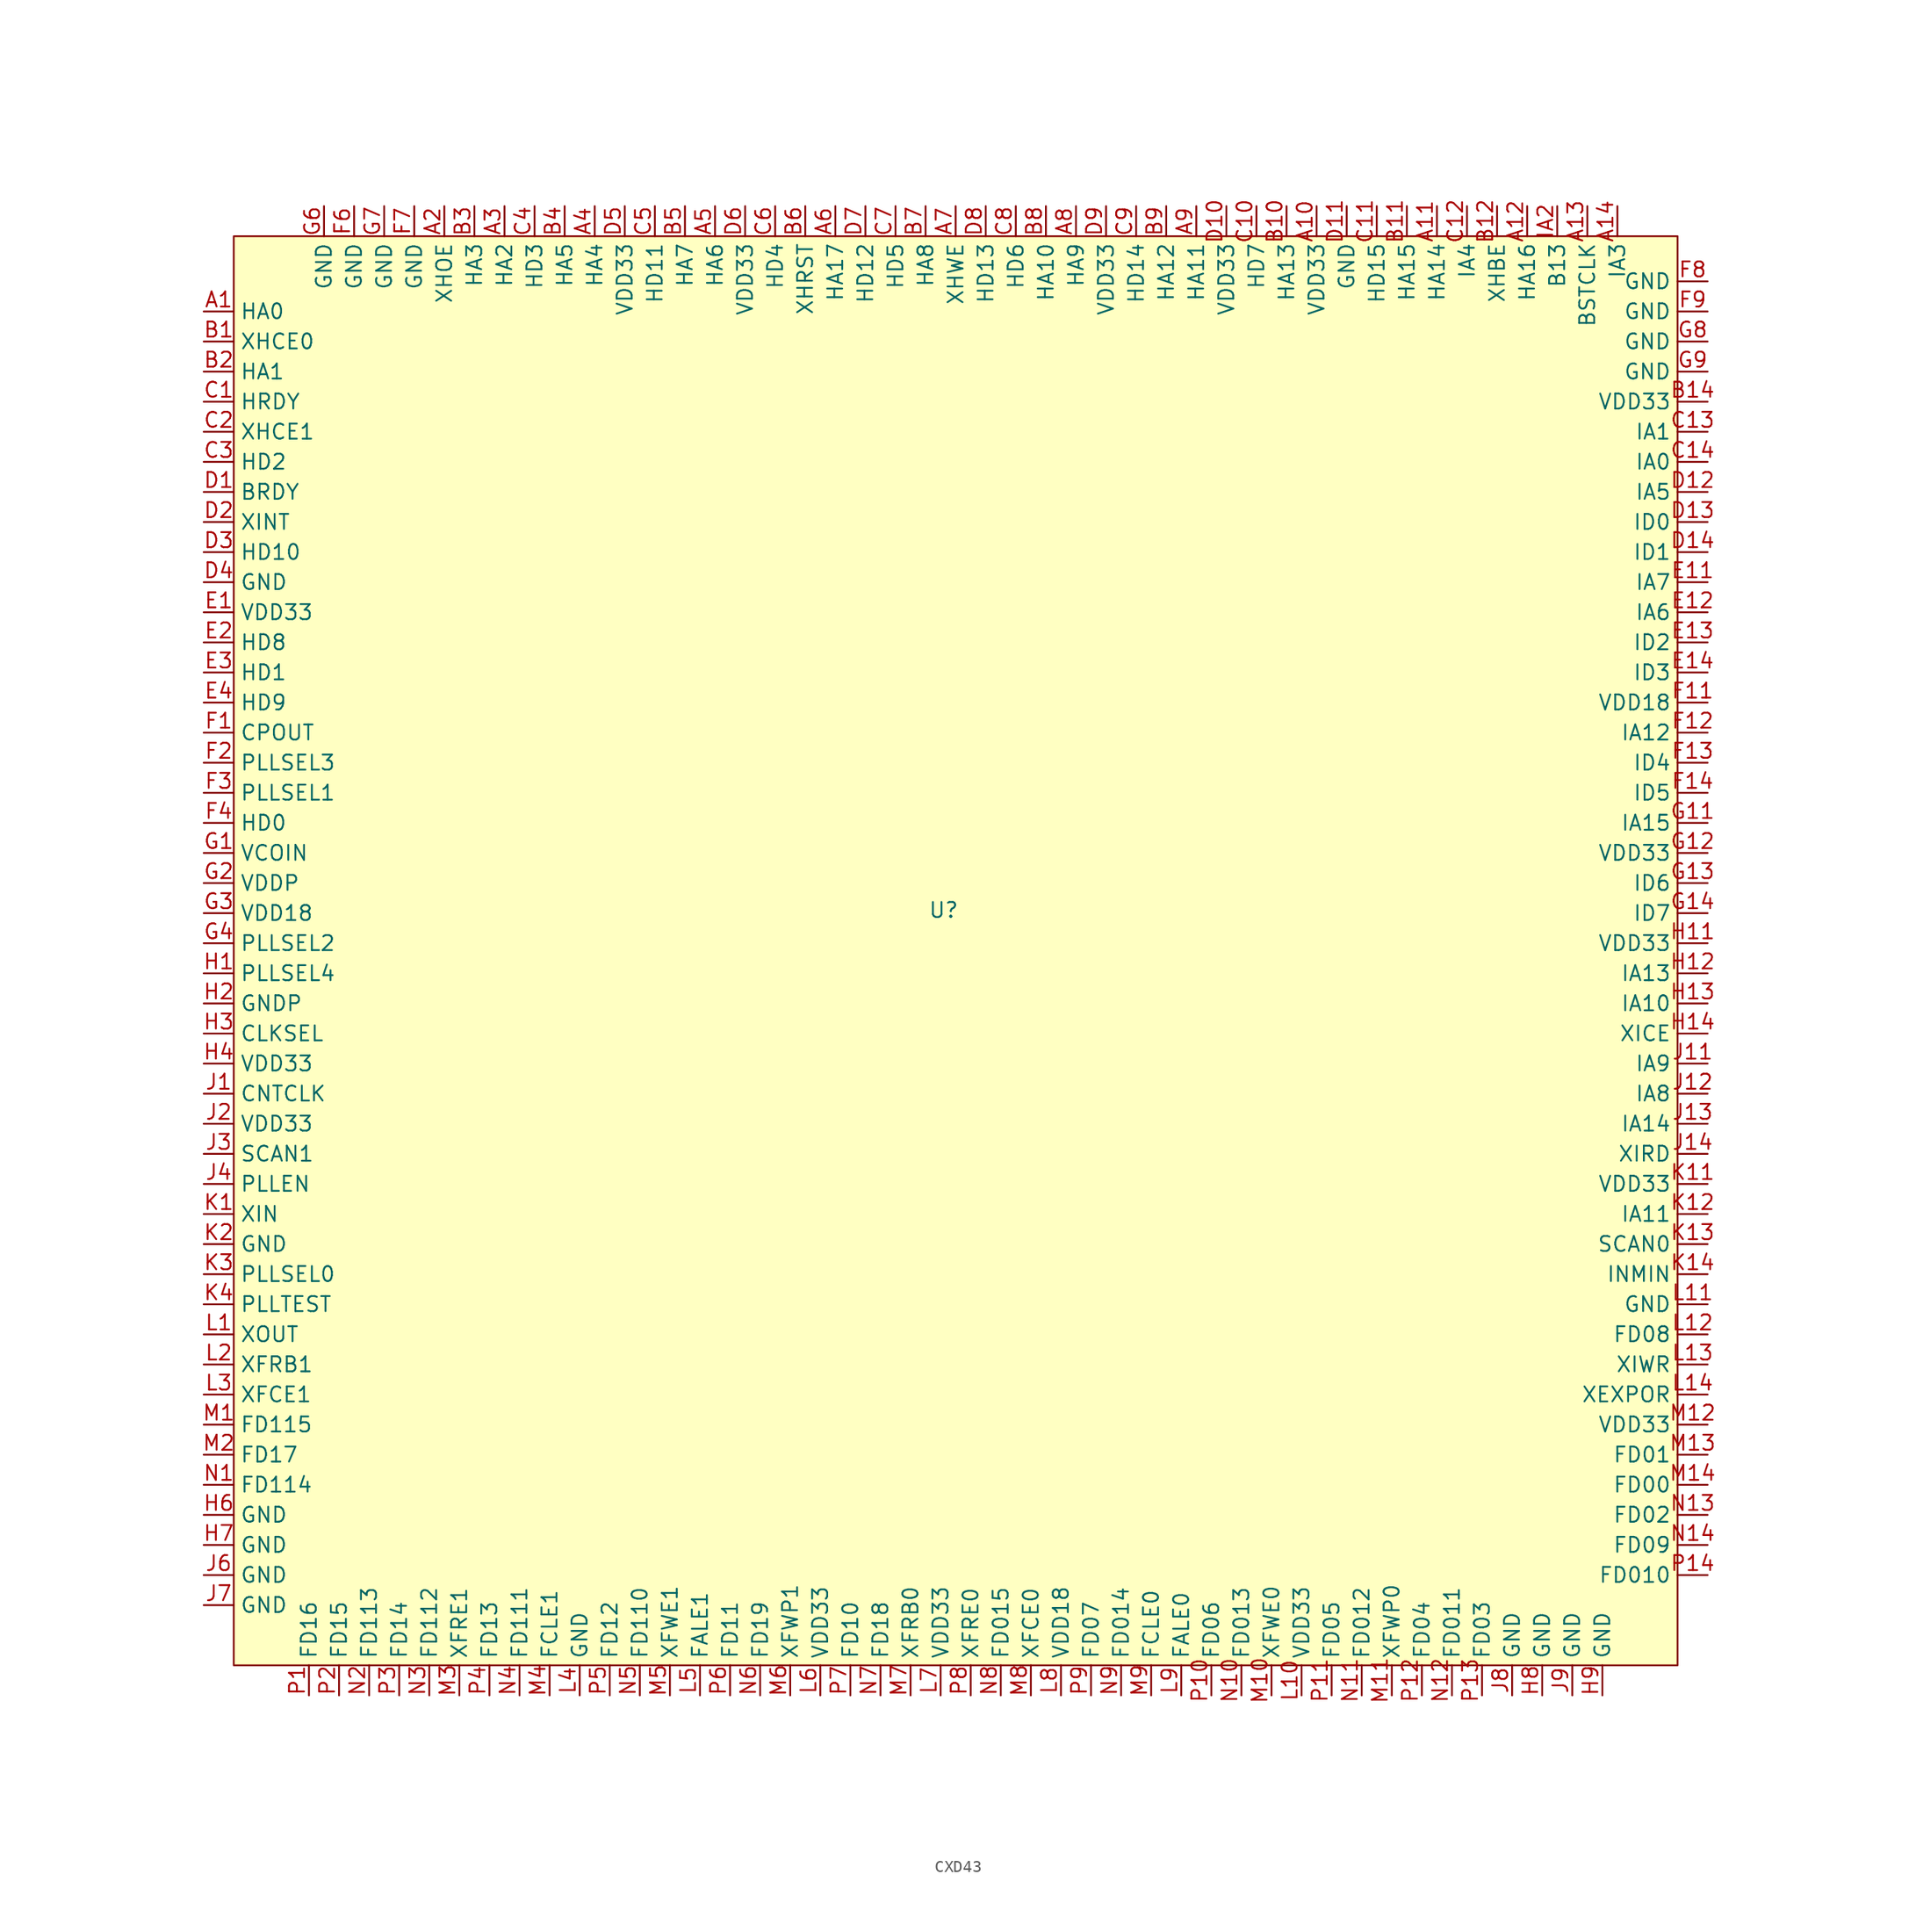
<source format=kicad_sym>
(kicad_symbol_lib
  (version 20231120)
  (generator "kicad_symbol_editor")
  (generator_version "8.0")
  (symbol "CXD43"
    (property "Reference" "U"
      (at -1.016 4.064 0)
      (effects (font (size 1.27 1.27))))
    (property "Value" ""
      (at -22.86 -62.23 90)
      (effects (font (size 1.27 1.27))))
    (symbol "CXD43_0_0"
      (pin unspecified line (at -63.5 54.61 0) (length 2.54) (name "HA0" (effects (font (size 1.27 1.27)))) (number "A1" (effects (font (size 1.27 1.27)))))
      (pin unspecified line (at 53.34 63.5 270) (length 2.54) (name "BSTCLK" (effects (font (size 1.27 1.27)))) (number "A13" (effects (font (size 1.27 1.27)))))
      (pin unspecified line (at 55.88 63.5 270) (length 2.54) (name "IA3" (effects (font (size 1.27 1.27)))) (number "A14" (effects (font (size 1.27 1.27)))))
      (pin unspecified line (at -63.5 52.07 0) (length 2.54) (name "XHCE0" (effects (font (size 1.27 1.27)))) (number "B1" (effects (font (size 1.27 1.27)))))
      (pin unspecified line (at 63.5 46.99 180) (length 2.54) (name "VDD33" (effects (font (size 1.27 1.27)))) (number "B14" (effects (font (size 1.27 1.27)))))
      (pin unspecified line (at -63.5 49.53 0) (length 2.54) (name "HA1" (effects (font (size 1.27 1.27)))) (number "B2" (effects (font (size 1.27 1.27)))))
      (pin unspecified line (at -63.5 46.99 0) (length 2.54) (name "HRDY" (effects (font (size 1.27 1.27)))) (number "C1" (effects (font (size 1.27 1.27)))))
      (pin unspecified line (at 63.5 44.45 180) (length 2.54) (name "IA1" (effects (font (size 1.27 1.27)))) (number "C13" (effects (font (size 1.27 1.27)))))
      (pin unspecified line (at 63.5 41.91 180) (length 2.54) (name "IA0" (effects (font (size 1.27 1.27)))) (number "C14" (effects (font (size 1.27 1.27)))))
      (pin unspecified line (at -63.5 44.45 0) (length 2.54) (name "XHCE1" (effects (font (size 1.27 1.27)))) (number "C2" (effects (font (size 1.27 1.27)))))
      (pin unspecified line (at -63.5 41.91 0) (length 2.54) (name "HD2" (effects (font (size 1.27 1.27)))) (number "C3" (effects (font (size 1.27 1.27)))))
      (pin unspecified line (at -63.5 39.37 0) (length 2.54) (name "BRDY" (effects (font (size 1.27 1.27)))) (number "D1" (effects (font (size 1.27 1.27)))))
      (pin unspecified line (at 63.5 39.37 180) (length 2.54) (name "IA5" (effects (font (size 1.27 1.27)))) (number "D12" (effects (font (size 1.27 1.27)))))
      (pin unspecified line (at 63.5 36.83 180) (length 2.54) (name "ID0" (effects (font (size 1.27 1.27)))) (number "D13" (effects (font (size 1.27 1.27)))))
      (pin unspecified line (at 63.5 34.29 180) (length 2.54) (name "ID1" (effects (font (size 1.27 1.27)))) (number "D14" (effects (font (size 1.27 1.27)))))
      (pin unspecified line (at -63.5 36.83 0) (length 2.54) (name "XINT" (effects (font (size 1.27 1.27)))) (number "D2" (effects (font (size 1.27 1.27)))))
      (pin unspecified line (at -63.5 34.29 0) (length 2.54) (name "HD10" (effects (font (size 1.27 1.27)))) (number "D3" (effects (font (size 1.27 1.27)))))
      (pin unspecified line (at -63.5 31.75 0) (length 2.54) (name "GND" (effects (font (size 1.27 1.27)))) (number "D4" (effects (font (size 1.27 1.27)))))
      (pin unspecified line (at -63.5 29.21 0) (length 2.54) (name "VDD33" (effects (font (size 1.27 1.27)))) (number "E1" (effects (font (size 1.27 1.27)))))
      (pin unspecified line (at 63.5 31.75 180) (length 2.54) (name "IA7" (effects (font (size 1.27 1.27)))) (number "E11" (effects (font (size 1.27 1.27)))))
      (pin unspecified line (at 63.5 29.21 180) (length 2.54) (name "IA6" (effects (font (size 1.27 1.27)))) (number "E12" (effects (font (size 1.27 1.27)))))
      (pin unspecified line (at 63.5 26.67 180) (length 2.54) (name "ID2" (effects (font (size 1.27 1.27)))) (number "E13" (effects (font (size 1.27 1.27)))))
      (pin unspecified line (at 63.5 24.13 180) (length 2.54) (name "ID3" (effects (font (size 1.27 1.27)))) (number "E14" (effects (font (size 1.27 1.27)))))
      (pin unspecified line (at -63.5 26.67 0) (length 2.54) (name "HD8" (effects (font (size 1.27 1.27)))) (number "E2" (effects (font (size 1.27 1.27)))))
      (pin unspecified line (at -63.5 24.13 0) (length 2.54) (name "HD1" (effects (font (size 1.27 1.27)))) (number "E3" (effects (font (size 1.27 1.27)))))
      (pin unspecified line (at -63.5 21.59 0) (length 2.54) (name "HD9" (effects (font (size 1.27 1.27)))) (number "E4" (effects (font (size 1.27 1.27)))))
      (pin unspecified line (at -63.5 19.05 0) (length 2.54) (name "CPOUT" (effects (font (size 1.27 1.27)))) (number "F1" (effects (font (size 1.27 1.27)))))
      (pin unspecified line (at 63.5 21.59 180) (length 2.54) (name "VDD18" (effects (font (size 1.27 1.27)))) (number "F11" (effects (font (size 1.27 1.27)))))
      (pin unspecified line (at 63.5 19.05 180) (length 2.54) (name "IA12" (effects (font (size 1.27 1.27)))) (number "F12" (effects (font (size 1.27 1.27)))))
      (pin unspecified line (at 63.5 16.51 180) (length 2.54) (name "ID4" (effects (font (size 1.27 1.27)))) (number "F13" (effects (font (size 1.27 1.27)))))
      (pin unspecified line (at 63.5 13.97 180) (length 2.54) (name "ID5" (effects (font (size 1.27 1.27)))) (number "F14" (effects (font (size 1.27 1.27)))))
      (pin unspecified line (at -63.5 16.51 0) (length 2.54) (name "PLLSEL3" (effects (font (size 1.27 1.27)))) (number "F2" (effects (font (size 1.27 1.27)))))
      (pin unspecified line (at -63.5 13.97 0) (length 2.54) (name "PLLSEL1" (effects (font (size 1.27 1.27)))) (number "F3" (effects (font (size 1.27 1.27)))))
      (pin unspecified line (at -63.5 11.43 0) (length 2.54) (name "HD0" (effects (font (size 1.27 1.27)))) (number "F4" (effects (font (size 1.27 1.27)))))
      (pin unspecified line (at 63.5 57.15 180) (length 2.54) (name "GND" (effects (font (size 1.27 1.27)))) (number "F8" (effects (font (size 1.27 1.27)))))
      (pin unspecified line (at 63.5 54.61 180) (length 2.54) (name "GND" (effects (font (size 1.27 1.27)))) (number "F9" (effects (font (size 1.27 1.27)))))
      (pin unspecified line (at -63.5 8.89 0) (length 2.54) (name "VCOIN" (effects (font (size 1.27 1.27)))) (number "G1" (effects (font (size 1.27 1.27)))))
      (pin unspecified line (at 63.5 11.43 180) (length 2.54) (name "IA15" (effects (font (size 1.27 1.27)))) (number "G11" (effects (font (size 1.27 1.27)))))
      (pin unspecified line (at 63.5 8.89 180) (length 2.54) (name "VDD33" (effects (font (size 1.27 1.27)))) (number "G12" (effects (font (size 1.27 1.27)))))
      (pin unspecified line (at 63.5 6.35 180) (length 2.54) (name "ID6" (effects (font (size 1.27 1.27)))) (number "G13" (effects (font (size 1.27 1.27)))))
      (pin unspecified line (at 63.5 3.81 180) (length 2.54) (name "ID7" (effects (font (size 1.27 1.27)))) (number "G14" (effects (font (size 1.27 1.27)))))
      (pin unspecified line (at -63.5 6.35 0) (length 2.54) (name "VDDP" (effects (font (size 1.27 1.27)))) (number "G2" (effects (font (size 1.27 1.27)))))
      (pin unspecified line (at -63.5 3.81 0) (length 2.54) (name "VDD18" (effects (font (size 1.27 1.27)))) (number "G3" (effects (font (size 1.27 1.27)))))
      (pin unspecified line (at -63.5 1.27 0) (length 2.54) (name "PLLSEL2" (effects (font (size 1.27 1.27)))) (number "G4" (effects (font (size 1.27 1.27)))))
      (pin unspecified line (at 63.5 52.07 180) (length 2.54) (name "GND" (effects (font (size 1.27 1.27)))) (number "G8" (effects (font (size 1.27 1.27)))))
      (pin unspecified line (at 63.5 49.53 180) (length 2.54) (name "GND" (effects (font (size 1.27 1.27)))) (number "G9" (effects (font (size 1.27 1.27)))))
      (pin unspecified line (at -63.5 -1.27 0) (length 2.54) (name "PLLSEL4" (effects (font (size 1.27 1.27)))) (number "H1" (effects (font (size 1.27 1.27)))))
      (pin unspecified line (at 63.5 1.27 180) (length 2.54) (name "VDD33" (effects (font (size 1.27 1.27)))) (number "H11" (effects (font (size 1.27 1.27)))))
      (pin unspecified line (at 63.5 -1.27 180) (length 2.54) (name "IA13" (effects (font (size 1.27 1.27)))) (number "H12" (effects (font (size 1.27 1.27)))))
      (pin unspecified line (at 63.5 -3.81 180) (length 2.54) (name "IA10" (effects (font (size 1.27 1.27)))) (number "H13" (effects (font (size 1.27 1.27)))))
      (pin unspecified line (at 63.5 -6.35 180) (length 2.54) (name "XICE" (effects (font (size 1.27 1.27)))) (number "H14" (effects (font (size 1.27 1.27)))))
      (pin unspecified line (at -63.5 -3.81 0) (length 2.54) (name "GNDP" (effects (font (size 1.27 1.27)))) (number "H2" (effects (font (size 1.27 1.27)))))
      (pin unspecified line (at -63.5 -6.35 0) (length 2.54) (name "CLKSEL" (effects (font (size 1.27 1.27)))) (number "H3" (effects (font (size 1.27 1.27)))))
      (pin unspecified line (at -63.5 -8.89 0) (length 2.54) (name "VDD33" (effects (font (size 1.27 1.27)))) (number "H4" (effects (font (size 1.27 1.27)))))
      (pin unspecified line (at -63.5 -46.99 0) (length 2.54) (name "GND" (effects (font (size 1.27 1.27)))) (number "H6" (effects (font (size 1.27 1.27)))))
      (pin unspecified line (at -63.5 -49.53 0) (length 2.54) (name "GND" (effects (font (size 1.27 1.27)))) (number "H7" (effects (font (size 1.27 1.27)))))
      (pin unspecified line (at 49.53 -62.23 90) (length 2.54) (name "GND" (effects (font (size 1.27 1.27)))) (number "H8" (effects (font (size 1.27 1.27)))))
      (pin unspecified line (at 54.61 -62.23 90) (length 2.54) (name "GND" (effects (font (size 1.27 1.27)))) (number "H9" (effects (font (size 1.27 1.27)))))
      (pin unspecified line (at -63.5 -11.43 0) (length 2.54) (name "CNTCLK" (effects (font (size 1.27 1.27)))) (number "J1" (effects (font (size 1.27 1.27)))))
      (pin unspecified line (at 63.5 -8.89 180) (length 2.54) (name "IA9" (effects (font (size 1.27 1.27)))) (number "J11" (effects (font (size 1.27 1.27)))))
      (pin unspecified line (at 63.5 -11.43 180) (length 2.54) (name "IA8" (effects (font (size 1.27 1.27)))) (number "J12" (effects (font (size 1.27 1.27)))))
      (pin unspecified line (at 63.5 -13.97 180) (length 2.54) (name "IA14" (effects (font (size 1.27 1.27)))) (number "J13" (effects (font (size 1.27 1.27)))))
      (pin unspecified line (at 63.5 -16.51 180) (length 2.54) (name "XIRD" (effects (font (size 1.27 1.27)))) (number "J14" (effects (font (size 1.27 1.27)))))
      (pin unspecified line (at -63.5 -13.97 0) (length 2.54) (name "VDD33" (effects (font (size 1.27 1.27)))) (number "J2" (effects (font (size 1.27 1.27)))))
      (pin unspecified line (at -63.5 -16.51 0) (length 2.54) (name "SCAN1" (effects (font (size 1.27 1.27)))) (number "J3" (effects (font (size 1.27 1.27)))))
      (pin unspecified line (at -63.5 -19.05 0) (length 2.54) (name "PLLEN" (effects (font (size 1.27 1.27)))) (number "J4" (effects (font (size 1.27 1.27)))))
      (pin unspecified line (at -63.5 -52.07 0) (length 2.54) (name "GND" (effects (font (size 1.27 1.27)))) (number "J6" (effects (font (size 1.27 1.27)))))
      (pin unspecified line (at -63.5 -54.61 0) (length 2.54) (name "GND" (effects (font (size 1.27 1.27)))) (number "J7" (effects (font (size 1.27 1.27)))))
      (pin unspecified line (at 46.99 -62.23 90) (length 2.54) (name "GND" (effects (font (size 1.27 1.27)))) (number "J8" (effects (font (size 1.27 1.27)))))
      (pin unspecified line (at 52.07 -62.23 90) (length 2.54) (name "GND" (effects (font (size 1.27 1.27)))) (number "J9" (effects (font (size 1.27 1.27)))))
      (pin unspecified line (at -63.5 -21.59 0) (length 2.54) (name "XIN" (effects (font (size 1.27 1.27)))) (number "K1" (effects (font (size 1.27 1.27)))))
      (pin unspecified line (at 63.5 -19.05 180) (length 2.54) (name "VDD33" (effects (font (size 1.27 1.27)))) (number "K11" (effects (font (size 1.27 1.27)))))
      (pin unspecified line (at 63.5 -21.59 180) (length 2.54) (name "IA11" (effects (font (size 1.27 1.27)))) (number "K12" (effects (font (size 1.27 1.27)))))
      (pin unspecified line (at 63.5 -24.13 180) (length 2.54) (name "SCAN0" (effects (font (size 1.27 1.27)))) (number "K13" (effects (font (size 1.27 1.27)))))
      (pin unspecified line (at 63.5 -26.67 180) (length 2.54) (name "INMIN" (effects (font (size 1.27 1.27)))) (number "K14" (effects (font (size 1.27 1.27)))))
      (pin unspecified line (at -63.5 -24.13 0) (length 2.54) (name "GND" (effects (font (size 1.27 1.27)))) (number "K2" (effects (font (size 1.27 1.27)))))
      (pin unspecified line (at -63.5 -26.67 0) (length 2.54) (name "PLLSEL0" (effects (font (size 1.27 1.27)))) (number "K3" (effects (font (size 1.27 1.27)))))
      (pin unspecified line (at -63.5 -29.21 0) (length 2.54) (name "PLLTEST" (effects (font (size 1.27 1.27)))) (number "K4" (effects (font (size 1.27 1.27)))))
      (pin unspecified line (at -63.5 -31.75 0) (length 2.54) (name "XOUT" (effects (font (size 1.27 1.27)))) (number "L1" (effects (font (size 1.27 1.27)))))
      (pin unspecified line (at 29.21 -62.23 90) (length 2.54) (name "VDD33" (effects (font (size 1.27 1.27)))) (number "L10" (effects (font (size 1.27 1.27)))))
      (pin unspecified line (at 63.5 -29.21 180) (length 2.54) (name "GND" (effects (font (size 1.27 1.27)))) (number "L11" (effects (font (size 1.27 1.27)))))
      (pin unspecified line (at 63.5 -31.75 180) (length 2.54) (name "FD08" (effects (font (size 1.27 1.27)))) (number "L12" (effects (font (size 1.27 1.27)))))
      (pin unspecified line (at 63.5 -34.29 180) (length 2.54) (name "XIWR" (effects (font (size 1.27 1.27)))) (number "L13" (effects (font (size 1.27 1.27)))))
      (pin unspecified line (at 63.5 -36.83 180) (length 2.54) (name "XEXPOR" (effects (font (size 1.27 1.27)))) (number "L14" (effects (font (size 1.27 1.27)))))
      (pin unspecified line (at -63.5 -34.29 0) (length 2.54) (name "XFRB1" (effects (font (size 1.27 1.27)))) (number "L2" (effects (font (size 1.27 1.27)))))
      (pin unspecified line (at -63.5 -36.83 0) (length 2.54) (name "XFCE1" (effects (font (size 1.27 1.27)))) (number "L3" (effects (font (size 1.27 1.27)))))
      (pin unspecified line (at -31.75 -62.23 90) (length 2.54) (name "GND" (effects (font (size 1.27 1.27)))) (number "L4" (effects (font (size 1.27 1.27)))))
      (pin unspecified line (at -21.59 -62.23 90) (length 2.54) (name "FALE1" (effects (font (size 1.27 1.27)))) (number "L5" (effects (font (size 1.27 1.27)))))
      (pin unspecified line (at -11.43 -62.23 90) (length 2.54) (name "VDD33" (effects (font (size 1.27 1.27)))) (number "L6" (effects (font (size 1.27 1.27)))))
      (pin unspecified line (at -1.27 -62.23 90) (length 2.54) (name "VDD33" (effects (font (size 1.27 1.27)))) (number "L7" (effects (font (size 1.27 1.27)))))
      (pin unspecified line (at 8.89 -62.23 90) (length 2.54) (name "VDD18" (effects (font (size 1.27 1.27)))) (number "L8" (effects (font (size 1.27 1.27)))))
      (pin unspecified line (at 19.05 -62.23 90) (length 2.54) (name "FALE0" (effects (font (size 1.27 1.27)))) (number "L9" (effects (font (size 1.27 1.27)))))
      (pin unspecified line (at -63.5 -39.37 0) (length 2.54) (name "FD115" (effects (font (size 1.27 1.27)))) (number "M1" (effects (font (size 1.27 1.27)))))
      (pin unspecified line (at 26.67 -62.23 90) (length 2.54) (name "XFWE0" (effects (font (size 1.27 1.27)))) (number "M10" (effects (font (size 1.27 1.27)))))
      (pin unspecified line (at 36.83 -62.23 90) (length 2.54) (name "XFWP0" (effects (font (size 1.27 1.27)))) (number "M11" (effects (font (size 1.27 1.27)))))
      (pin unspecified line (at 63.5 -39.37 180) (length 2.54) (name "VDD33" (effects (font (size 1.27 1.27)))) (number "M12" (effects (font (size 1.27 1.27)))))
      (pin unspecified line (at 63.5 -41.91 180) (length 2.54) (name "FD01" (effects (font (size 1.27 1.27)))) (number "M13" (effects (font (size 1.27 1.27)))))
      (pin unspecified line (at 63.5 -44.45 180) (length 2.54) (name "FD00" (effects (font (size 1.27 1.27)))) (number "M14" (effects (font (size 1.27 1.27)))))
      (pin unspecified line (at -63.5 -41.91 0) (length 2.54) (name "FD17" (effects (font (size 1.27 1.27)))) (number "M2" (effects (font (size 1.27 1.27)))))
      (pin unspecified line (at -41.91 -62.23 90) (length 2.54) (name "XFRE1" (effects (font (size 1.27 1.27)))) (number "M3" (effects (font (size 1.27 1.27)))))
      (pin unspecified line (at -34.29 -62.23 90) (length 2.54) (name "FCLE1" (effects (font (size 1.27 1.27)))) (number "M4" (effects (font (size 1.27 1.27)))))
      (pin unspecified line (at -24.13 -62.23 90) (length 2.54) (name "XFWE1" (effects (font (size 1.27 1.27)))) (number "M5" (effects (font (size 1.27 1.27)))))
      (pin unspecified line (at -13.97 -62.23 90) (length 2.54) (name "XFWP1" (effects (font (size 1.27 1.27)))) (number "M6" (effects (font (size 1.27 1.27)))))
      (pin unspecified line (at -3.81 -62.23 90) (length 2.54) (name "XFRB0" (effects (font (size 1.27 1.27)))) (number "M7" (effects (font (size 1.27 1.27)))))
      (pin unspecified line (at 6.35 -62.23 90) (length 2.54) (name "XFCE0" (effects (font (size 1.27 1.27)))) (number "M8" (effects (font (size 1.27 1.27)))))
      (pin unspecified line (at 16.51 -62.23 90) (length 2.54) (name "FCLE0" (effects (font (size 1.27 1.27)))) (number "M9" (effects (font (size 1.27 1.27)))))
      (pin unspecified line (at -63.5 -44.45 0) (length 2.54) (name "FD114" (effects (font (size 1.27 1.27)))) (number "N1" (effects (font (size 1.27 1.27)))))
      (pin unspecified line (at 24.13 -62.23 90) (length 2.54) (name "FD013" (effects (font (size 1.27 1.27)))) (number "N10" (effects (font (size 1.27 1.27)))))
      (pin unspecified line (at 34.29 -62.23 90) (length 2.54) (name "FD012" (effects (font (size 1.27 1.27)))) (number "N11" (effects (font (size 1.27 1.27)))))
      (pin unspecified line (at 41.91 -62.23 90) (length 2.54) (name "FD011" (effects (font (size 1.27 1.27)))) (number "N12" (effects (font (size 1.27 1.27)))))
      (pin unspecified line (at 63.5 -46.99 180) (length 2.54) (name "FD02" (effects (font (size 1.27 1.27)))) (number "N13" (effects (font (size 1.27 1.27)))))
      (pin unspecified line (at 63.5 -49.53 180) (length 2.54) (name "FD09" (effects (font (size 1.27 1.27)))) (number "N14" (effects (font (size 1.27 1.27)))))
      (pin unspecified line (at -49.53 -62.23 90) (length 2.54) (name "FD113" (effects (font (size 1.27 1.27)))) (number "N2" (effects (font (size 1.27 1.27)))))
      (pin unspecified line (at -44.45 -62.23 90) (length 2.54) (name "FD112" (effects (font (size 1.27 1.27)))) (number "N3" (effects (font (size 1.27 1.27)))))
      (pin unspecified line (at -36.83 -62.23 90) (length 2.54) (name "FD111" (effects (font (size 1.27 1.27)))) (number "N4" (effects (font (size 1.27 1.27)))))
      (pin unspecified line (at -26.67 -62.23 90) (length 2.54) (name "FD110" (effects (font (size 1.27 1.27)))) (number "N5" (effects (font (size 1.27 1.27)))))
      (pin unspecified line (at -16.51 -62.23 90) (length 2.54) (name "FD19" (effects (font (size 1.27 1.27)))) (number "N6" (effects (font (size 1.27 1.27)))))
      (pin unspecified line (at -6.35 -62.23 90) (length 2.54) (name "FD18" (effects (font (size 1.27 1.27)))) (number "N7" (effects (font (size 1.27 1.27)))))
      (pin unspecified line (at 3.81 -62.23 90) (length 2.54) (name "FD015" (effects (font (size 1.27 1.27)))) (number "N8" (effects (font (size 1.27 1.27)))))
      (pin unspecified line (at 13.97 -62.23 90) (length 2.54) (name "FD014" (effects (font (size 1.27 1.27)))) (number "N9" (effects (font (size 1.27 1.27)))))
      (pin unspecified line (at -54.61 -62.23 90) (length 2.54) (name "FD16" (effects (font (size 1.27 1.27)))) (number "P1" (effects (font (size 1.27 1.27)))))
      (pin unspecified line (at 21.59 -62.23 90) (length 2.54) (name "FD06" (effects (font (size 1.27 1.27)))) (number "P10" (effects (font (size 1.27 1.27)))))
      (pin unspecified line (at 31.75 -62.23 90) (length 2.54) (name "FD05" (effects (font (size 1.27 1.27)))) (number "P11" (effects (font (size 1.27 1.27)))))
      (pin unspecified line (at 39.37 -62.23 90) (length 2.54) (name "FD04" (effects (font (size 1.27 1.27)))) (number "P12" (effects (font (size 1.27 1.27)))))
      (pin unspecified line (at 44.45 -62.23 90) (length 2.54) (name "FD03" (effects (font (size 1.27 1.27)))) (number "P13" (effects (font (size 1.27 1.27)))))
      (pin unspecified line (at 63.5 -52.07 180) (length 2.54) (name "FD010" (effects (font (size 1.27 1.27)))) (number "P14" (effects (font (size 1.27 1.27)))))
      (pin unspecified line (at -52.07 -62.23 90) (length 2.54) (name "FD15" (effects (font (size 1.27 1.27)))) (number "P2" (effects (font (size 1.27 1.27)))))
      (pin unspecified line (at -46.99 -62.23 90) (length 2.54) (name "FD14" (effects (font (size 1.27 1.27)))) (number "P3" (effects (font (size 1.27 1.27)))))
      (pin unspecified line (at -39.37 -62.23 90) (length 2.54) (name "FD13" (effects (font (size 1.27 1.27)))) (number "P4" (effects (font (size 1.27 1.27)))))
      (pin unspecified line (at -29.21 -62.23 90) (length 2.54) (name "FD12" (effects (font (size 1.27 1.27)))) (number "P5" (effects (font (size 1.27 1.27)))))
      (pin unspecified line (at -19.05 -62.23 90) (length 2.54) (name "FD11" (effects (font (size 1.27 1.27)))) (number "P6" (effects (font (size 1.27 1.27)))))
      (pin unspecified line (at -8.89 -62.23 90) (length 2.54) (name "FD10" (effects (font (size 1.27 1.27)))) (number "P7" (effects (font (size 1.27 1.27)))))
      (pin unspecified line (at 1.27 -62.23 90) (length 2.54) (name "XFRE0" (effects (font (size 1.27 1.27)))) (number "P8" (effects (font (size 1.27 1.27)))))
      (pin unspecified line (at 11.43 -62.23 90) (length 2.54) (name "FD07" (effects (font (size 1.27 1.27)))) (number "P9" (effects (font (size 1.27 1.27))))))
    (symbol "CXD43_1_0"
      (pin unspecified line (at 30.48 63.5 270) (length 2.54) (name "VDD33" (effects (font (size 1.27 1.27)))) (number "A10" (effects (font (size 1.27 1.27)))))
      (pin unspecified line (at 40.64 63.5 270) (length 2.54) (name "HA14" (effects (font (size 1.27 1.27)))) (number "A11" (effects (font (size 1.27 1.27)))))
      (pin unspecified line (at 48.26 63.5 270) (length 2.54) (name "HA16" (effects (font (size 1.27 1.27)))) (number "A12" (effects (font (size 1.27 1.27)))))
      (pin unspecified line (at -43.18 63.5 270) (length 2.54) (name "XHOE" (effects (font (size 1.27 1.27)))) (number "A2" (effects (font (size 1.27 1.27)))))
      (pin unspecified line (at -38.1 63.5 270) (length 2.54) (name "HA2" (effects (font (size 1.27 1.27)))) (number "A3" (effects (font (size 1.27 1.27)))))
      (pin unspecified line (at -30.48 63.5 270) (length 2.54) (name "HA4" (effects (font (size 1.27 1.27)))) (number "A4" (effects (font (size 1.27 1.27)))))
      (pin unspecified line (at -20.32 63.5 270) (length 2.54) (name "HA6" (effects (font (size 1.27 1.27)))) (number "A5" (effects (font (size 1.27 1.27)))))
      (pin unspecified line (at -10.16 63.5 270) (length 2.54) (name "HA17" (effects (font (size 1.27 1.27)))) (number "A6" (effects (font (size 1.27 1.27)))))
      (pin unspecified line (at 0 63.5 270) (length 2.54) (name "XHWE" (effects (font (size 1.27 1.27)))) (number "A7" (effects (font (size 1.27 1.27)))))
      (pin unspecified line (at 10.16 63.5 270) (length 2.54) (name "HA9" (effects (font (size 1.27 1.27)))) (number "A8" (effects (font (size 1.27 1.27)))))
      (pin unspecified line (at 20.32 63.5 270) (length 2.54) (name "HA11" (effects (font (size 1.27 1.27)))) (number "A9" (effects (font (size 1.27 1.27)))))
      (pin unspecified line (at 27.94 63.5 270) (length 2.54) (name "HA13" (effects (font (size 1.27 1.27)))) (number "B10" (effects (font (size 1.27 1.27)))))
      (pin unspecified line (at 38.1 63.5 270) (length 2.54) (name "HA15" (effects (font (size 1.27 1.27)))) (number "B11" (effects (font (size 1.27 1.27)))))
      (pin unspecified line (at 45.72 63.5 270) (length 2.54) (name "XHBE" (effects (font (size 1.27 1.27)))) (number "B12" (effects (font (size 1.27 1.27)))))
      (pin unspecified line (at -40.64 63.5 270) (length 2.54) (name "HA3" (effects (font (size 1.27 1.27)))) (number "B3" (effects (font (size 1.27 1.27)))))
      (pin unspecified line (at -33.02 63.5 270) (length 2.54) (name "HA5" (effects (font (size 1.27 1.27)))) (number "B4" (effects (font (size 1.27 1.27)))))
      (pin unspecified line (at -22.86 63.5 270) (length 2.54) (name "HA7" (effects (font (size 1.27 1.27)))) (number "B5" (effects (font (size 1.27 1.27)))))
      (pin unspecified line (at -12.7 63.5 270) (length 2.54) (name "XHRST" (effects (font (size 1.27 1.27)))) (number "B6" (effects (font (size 1.27 1.27)))))
      (pin unspecified line (at -2.54 63.5 270) (length 2.54) (name "HA8" (effects (font (size 1.27 1.27)))) (number "B7" (effects (font (size 1.27 1.27)))))
      (pin unspecified line (at 7.62 63.5 270) (length 2.54) (name "HA10" (effects (font (size 1.27 1.27)))) (number "B8" (effects (font (size 1.27 1.27)))))
      (pin unspecified line (at 17.78 63.5 270) (length 2.54) (name "HA12" (effects (font (size 1.27 1.27)))) (number "B9" (effects (font (size 1.27 1.27)))))
      (pin unspecified line (at 25.4 63.5 270) (length 2.54) (name "HD7" (effects (font (size 1.27 1.27)))) (number "C10" (effects (font (size 1.27 1.27)))))
      (pin unspecified line (at 35.56 63.5 270) (length 2.54) (name "HD15" (effects (font (size 1.27 1.27)))) (number "C11" (effects (font (size 1.27 1.27)))))
      (pin unspecified line (at 43.18 63.5 270) (length 2.54) (name "IA4" (effects (font (size 1.27 1.27)))) (number "C12" (effects (font (size 1.27 1.27)))))
      (pin unspecified line (at -35.56 63.5 270) (length 2.54) (name "HD3" (effects (font (size 1.27 1.27)))) (number "C4" (effects (font (size 1.27 1.27)))))
      (pin unspecified line (at -25.4 63.5 270) (length 2.54) (name "HD11" (effects (font (size 1.27 1.27)))) (number "C5" (effects (font (size 1.27 1.27)))))
      (pin unspecified line (at -15.24 63.5 270) (length 2.54) (name "HD4" (effects (font (size 1.27 1.27)))) (number "C6" (effects (font (size 1.27 1.27)))))
      (pin unspecified line (at -5.08 63.5 270) (length 2.54) (name "HD5" (effects (font (size 1.27 1.27)))) (number "C7" (effects (font (size 1.27 1.27)))))
      (pin unspecified line (at 5.08 63.5 270) (length 2.54) (name "HD6" (effects (font (size 1.27 1.27)))) (number "C8" (effects (font (size 1.27 1.27)))))
      (pin unspecified line (at 15.24 63.5 270) (length 2.54) (name "HD14" (effects (font (size 1.27 1.27)))) (number "C9" (effects (font (size 1.27 1.27)))))
      (pin unspecified line (at 22.86 63.5 270) (length 2.54) (name "VDD33" (effects (font (size 1.27 1.27)))) (number "D10" (effects (font (size 1.27 1.27)))))
      (pin unspecified line (at 33.02 63.5 270) (length 2.54) (name "GND" (effects (font (size 1.27 1.27)))) (number "D11" (effects (font (size 1.27 1.27)))))
      (pin unspecified line (at -27.94 63.5 270) (length 2.54) (name "VDD33" (effects (font (size 1.27 1.27)))) (number "D5" (effects (font (size 1.27 1.27)))))
      (pin unspecified line (at -17.78 63.5 270) (length 2.54) (name "VDD33" (effects (font (size 1.27 1.27)))) (number "D6" (effects (font (size 1.27 1.27)))))
      (pin unspecified line (at -7.62 63.5 270) (length 2.54) (name "HD12" (effects (font (size 1.27 1.27)))) (number "D7" (effects (font (size 1.27 1.27)))))
      (pin unspecified line (at 2.54 63.5 270) (length 2.54) (name "HD13" (effects (font (size 1.27 1.27)))) (number "D8" (effects (font (size 1.27 1.27)))))
      (pin unspecified line (at 12.7 63.5 270) (length 2.54) (name "VDD33" (effects (font (size 1.27 1.27)))) (number "D9" (effects (font (size 1.27 1.27)))))
      (pin unspecified line (at -50.8 63.5 270) (length 2.54) (name "GND" (effects (font (size 1.27 1.27)))) (number "F6" (effects (font (size 1.27 1.27)))))
      (pin unspecified line (at -45.72 63.5 270) (length 2.54) (name "GND" (effects (font (size 1.27 1.27)))) (number "F7" (effects (font (size 1.27 1.27)))))
      (pin unspecified line (at -53.34 63.5 270) (length 2.54) (name "GND" (effects (font (size 1.27 1.27)))) (number "G6" (effects (font (size 1.27 1.27)))))
      (pin unspecified line (at -48.26 63.5 270) (length 2.54) (name "GND" (effects (font (size 1.27 1.27)))) (number "G7" (effects (font (size 1.27 1.27))))))
    (symbol "CXD43_1_1"
      (rectangle (start -60.96 60.96) (end 60.96 -59.69) (stroke (width 0) (type default)) (fill (type background)))
      (pin unspecified line (at 50.8 63.5 270) (length 2.54) (name "B13" (effects (font (size 1.27 1.27)))) (number "IA2" (effects (font (size 1.27 1.27))))))))
</source>
